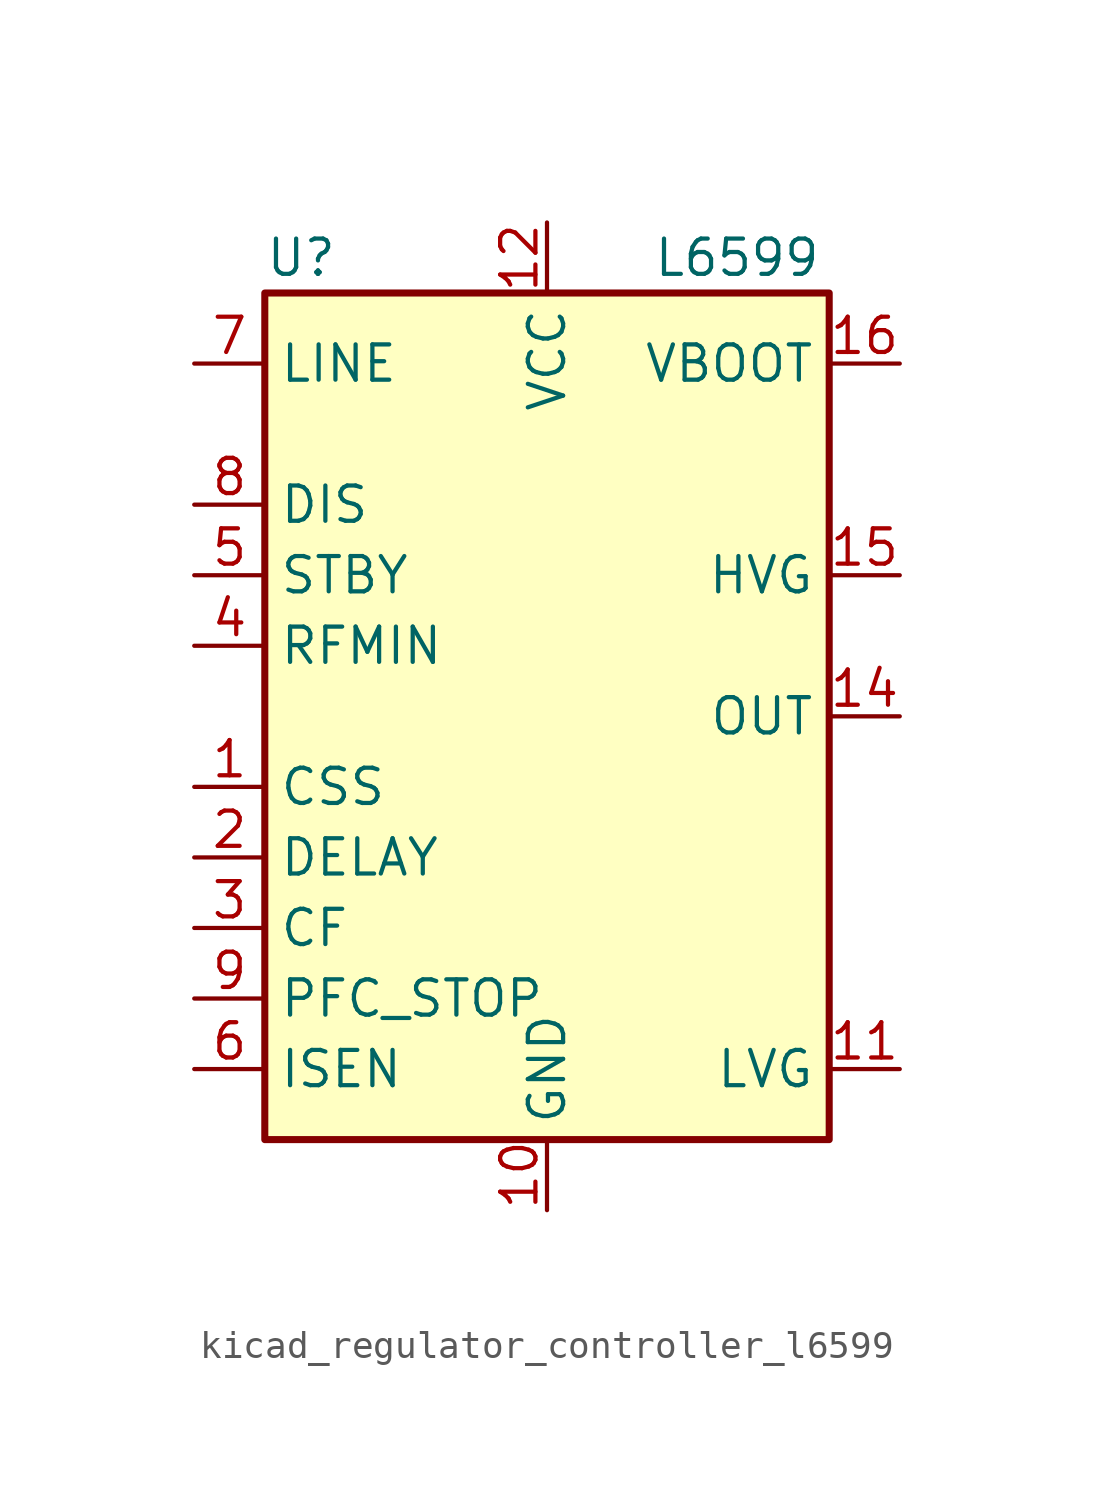
<source format=kicad_sym>
(kicad_symbol_lib
  (version 20220914)
  (generator kicad_symbol_editor)
  (symbol "kicad_regulator_controller_l6599"
    (property "Reference" "U"
      (at -10.16 16.51 0)
      (effects (font (size 1.27 1.27)) (justify left)))
    (property "Value" "L6599"
      (at 3.81 16.51 0)
      (effects (font (size 1.27 1.27)) (justify left)))
    (symbol "kicad_regulator_controller_l6599_0_0"
      (rectangle (start -10.16 15.24) (end 10.16 -15.24) (stroke (width 0.254) (type default)) (fill (type background))))
    (symbol "kicad_regulator_controller_l6599_1_1"
      (pin passive line (at -12.7 -2.54 0) (length 2.54) (name "CSS" (effects (font (size 1.27 1.27)))) (number "1" (effects (font (size 1.27 1.27)))))
      (pin power_in line (at 0 -17.78 90) (length 2.54) (name "GND" (effects (font (size 1.27 1.27)))) (number "10" (effects (font (size 1.27 1.27)))))
      (pin output line (at 12.7 -12.7 180) (length 2.54) (name "LVG" (effects (font (size 1.27 1.27)))) (number "11" (effects (font (size 1.27 1.27)))))
      (pin power_in line (at 0 17.78 270) (length 2.54) (name "VCC" (effects (font (size 1.27 1.27)))) (number "12" (effects (font (size 1.27 1.27)))))
      (pin no_connect line (at 10.16 10.16 180) (length 2.54) hide (name "NC" (effects (font (size 1.27 1.27)))) (number "13" (effects (font (size 1.27 1.27)))))
      (pin input line (at 12.7 0 180) (length 2.54) (name "OUT" (effects (font (size 1.27 1.27)))) (number "14" (effects (font (size 1.27 1.27)))))
      (pin output line (at 12.7 5.08 180) (length 2.54) (name "HVG" (effects (font (size 1.27 1.27)))) (number "15" (effects (font (size 1.27 1.27)))))
      (pin input line (at 12.7 12.7 180) (length 2.54) (name "VBOOT" (effects (font (size 1.27 1.27)))) (number "16" (effects (font (size 1.27 1.27)))))
      (pin passive line (at -12.7 -5.08 0) (length 2.54) (name "DELAY" (effects (font (size 1.27 1.27)))) (number "2" (effects (font (size 1.27 1.27)))))
      (pin passive line (at -12.7 -7.62 0) (length 2.54) (name "CF" (effects (font (size 1.27 1.27)))) (number "3" (effects (font (size 1.27 1.27)))))
      (pin passive line (at -12.7 2.54 0) (length 2.54) (name "RFMIN" (effects (font (size 1.27 1.27)))) (number "4" (effects (font (size 1.27 1.27)))))
      (pin input line (at -12.7 5.08 0) (length 2.54) (name "STBY" (effects (font (size 1.27 1.27)))) (number "5" (effects (font (size 1.27 1.27)))))
      (pin input line (at -12.7 -12.7 0) (length 2.54) (name "ISEN" (effects (font (size 1.27 1.27)))) (number "6" (effects (font (size 1.27 1.27)))))
      (pin input line (at -12.7 12.7 0) (length 2.54) (name "LINE" (effects (font (size 1.27 1.27)))) (number "7" (effects (font (size 1.27 1.27)))))
      (pin input line (at -12.7 7.62 0) (length 2.54) (name "DIS" (effects (font (size 1.27 1.27)))) (number "8" (effects (font (size 1.27 1.27)))))
      (pin open_collector line (at -12.7 -10.16 0) (length 2.54) (name "PFC_STOP" (effects (font (size 1.27 1.27)))) (number "9" (effects (font (size 1.27 1.27))))))))
</source>
